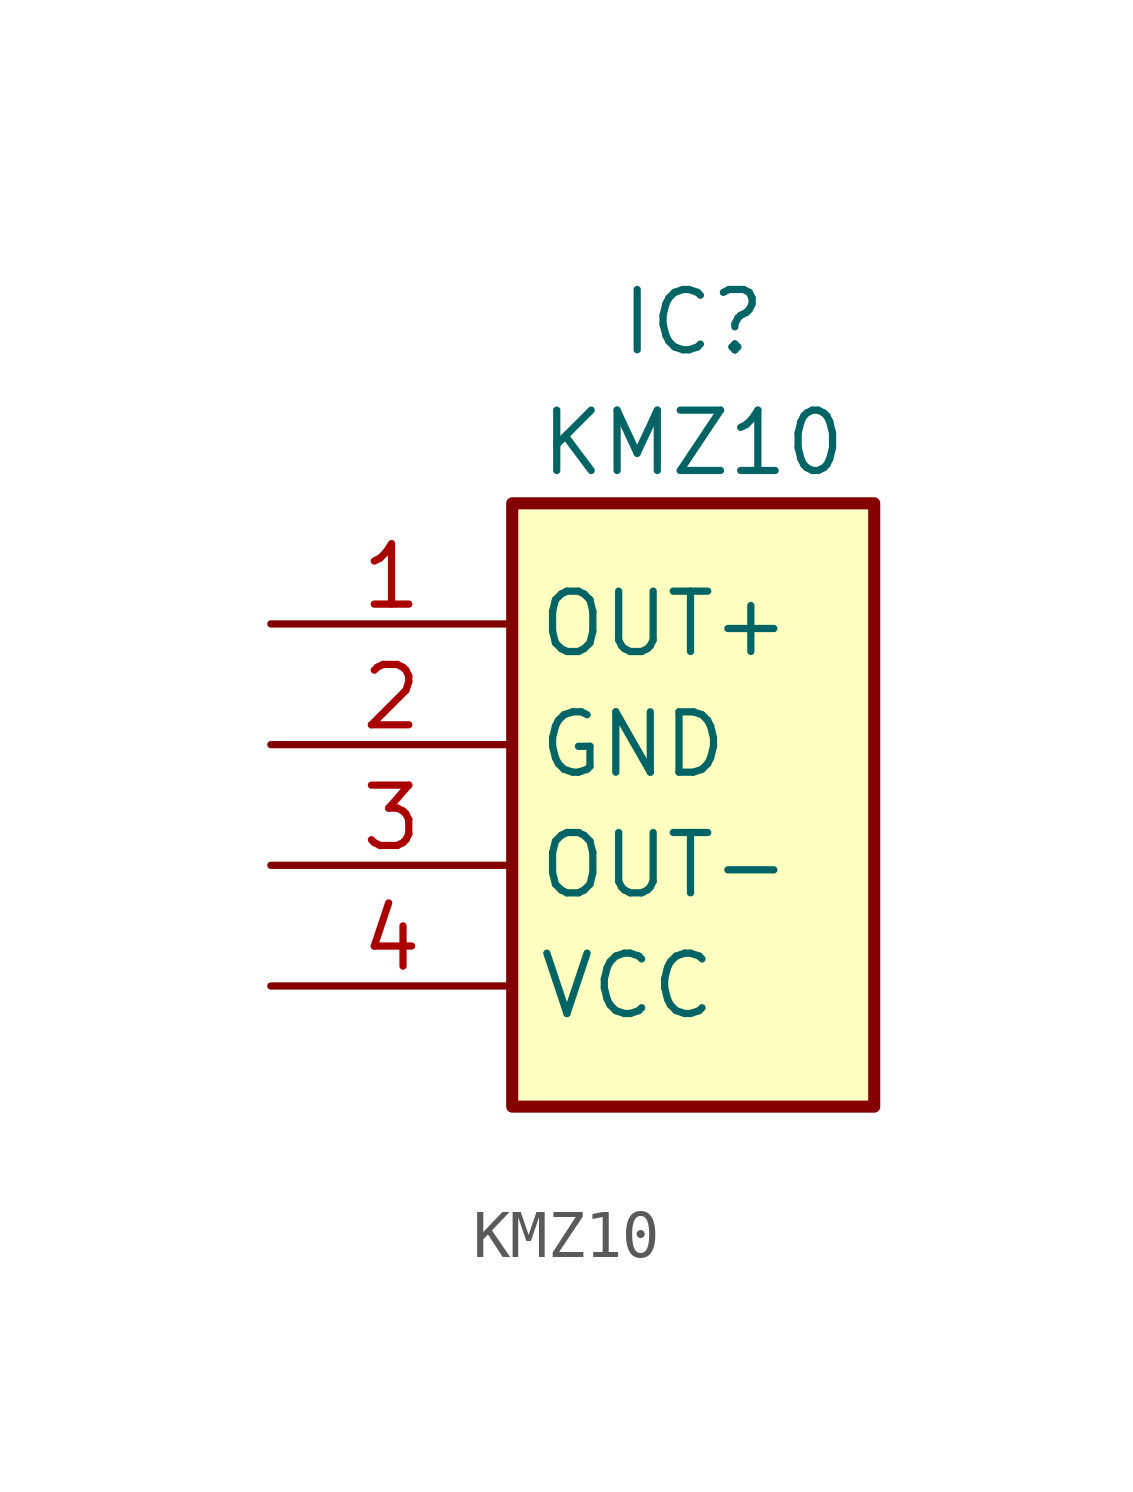
<source format=kicad_sym>
(kicad_symbol_lib
  (version 20220914)
  (generator kicad_symbol_editor)
  (symbol "KMZ10"
    (property "Reference" "IC"
      (at 0 10.16 0)
      (effects (font (size 1.27 1.27))))
    (property "Value" "KMZ10"
      (at 0 7.62 0)
      (effects (font (size 1.27 1.27))))
    (symbol "KMZ10_1_1"
      (rectangle (start -3.81 6.35) (end 3.81 -6.35) (stroke (width 0.254) (type default)) (fill (type background)))
      (pin output line (at -8.89 3.81 0) (length 5.08) (name "OUT+" (effects (font (size 1.27 1.27)))) (number "1" (effects (font (size 1.27 1.27)))))
      (pin power_in line (at -8.89 1.27 0) (length 5.08) (name "GND" (effects (font (size 1.27 1.27)))) (number "2" (effects (font (size 1.27 1.27)))))
      (pin output line (at -8.89 -1.27 0) (length 5.08) (name "OUT-" (effects (font (size 1.27 1.27)))) (number "3" (effects (font (size 1.27 1.27)))))
      (pin power_in line (at -8.89 -3.81 0) (length 5.08) (name "VCC" (effects (font (size 1.27 1.27)))) (number "4" (effects (font (size 1.27 1.27))))))))
</source>
